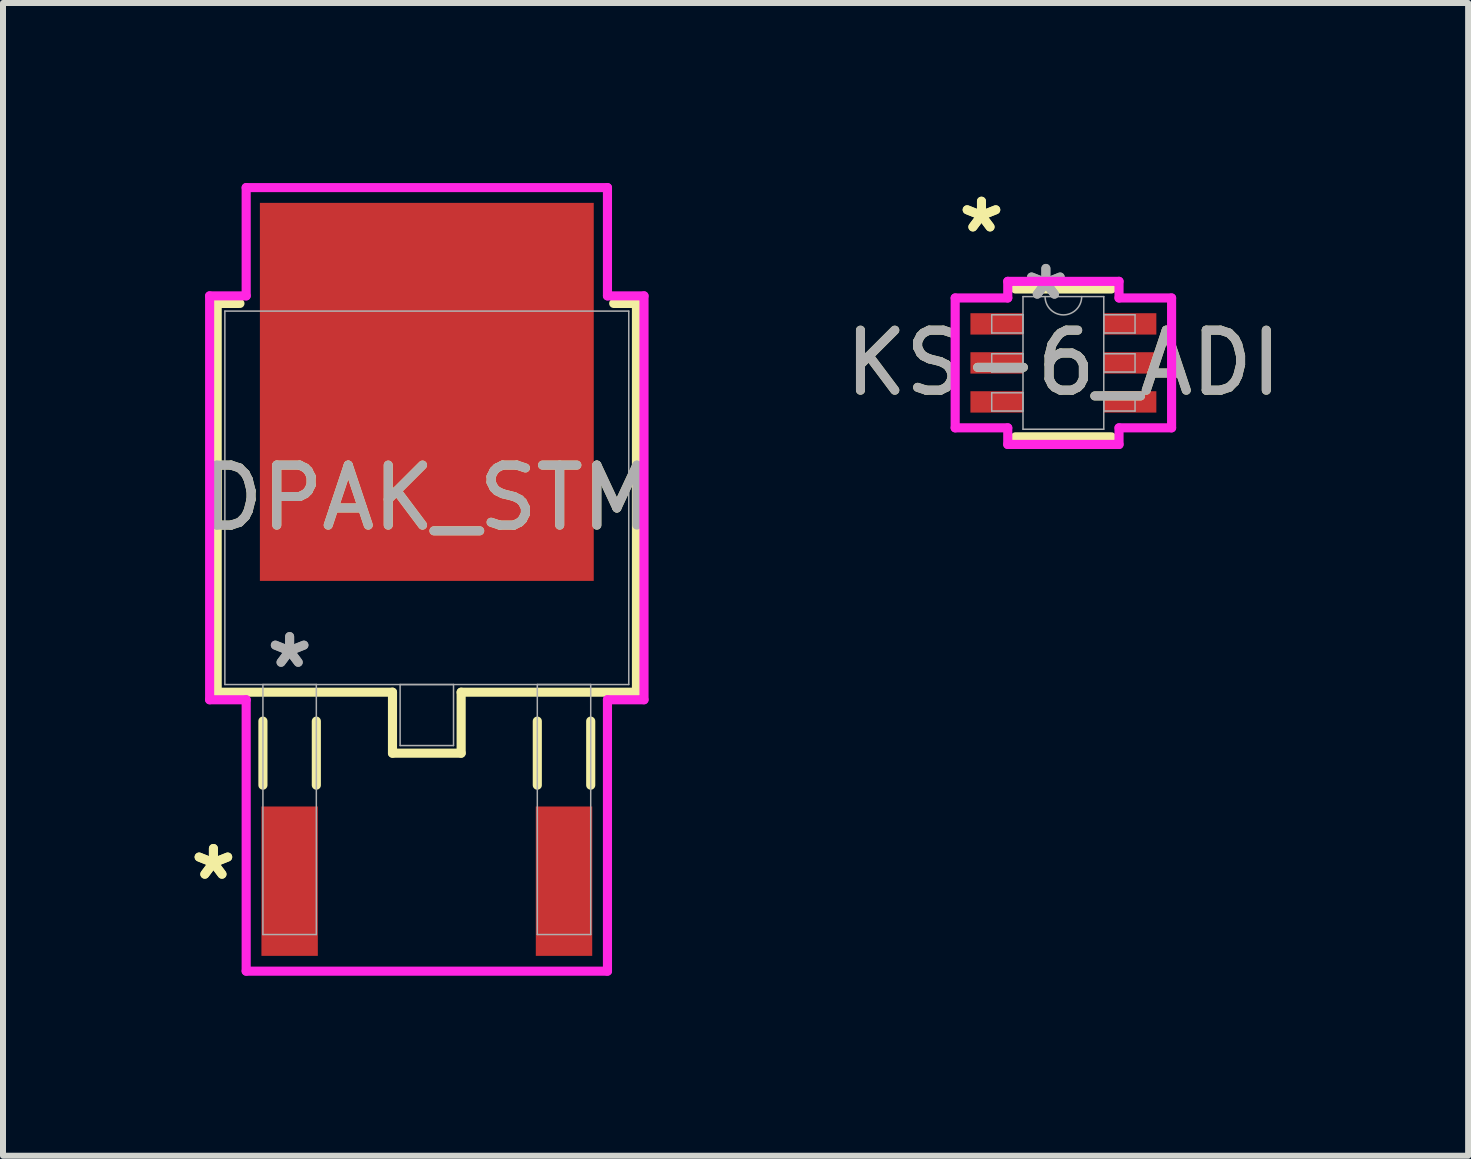
<source format=kicad_pcb>
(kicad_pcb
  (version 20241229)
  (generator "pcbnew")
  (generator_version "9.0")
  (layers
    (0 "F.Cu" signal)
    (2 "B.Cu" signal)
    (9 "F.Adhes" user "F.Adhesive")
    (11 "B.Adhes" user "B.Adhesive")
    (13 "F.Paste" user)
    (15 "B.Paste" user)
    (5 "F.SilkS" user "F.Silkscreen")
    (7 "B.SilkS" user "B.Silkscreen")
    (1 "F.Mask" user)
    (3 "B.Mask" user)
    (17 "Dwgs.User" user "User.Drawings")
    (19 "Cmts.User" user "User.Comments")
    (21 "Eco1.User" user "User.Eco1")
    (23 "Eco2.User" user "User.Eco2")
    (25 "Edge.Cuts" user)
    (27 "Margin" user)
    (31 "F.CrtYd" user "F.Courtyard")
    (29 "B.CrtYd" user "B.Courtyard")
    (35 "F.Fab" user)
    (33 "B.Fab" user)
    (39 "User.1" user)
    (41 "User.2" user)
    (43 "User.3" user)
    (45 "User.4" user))
  (footprint "DPAK_STM"
    (layer "F.Cu")
    (at 4.062 5.245)
    (property "Reference" "DPAK_STM" (at 0 0 0) (unlocked yes) (layer "F.SilkS") (effects (font (size 1 1) (thickness 0.15))))
    (attr smd)
    (fp_line (start -3.493 -3.239) (end -3.493 3.239) (stroke (width 0.152) (type solid)) (layer "F.SilkS"))
    (fp_line (start -3.493 3.239) (end -0.572 3.239) (stroke (width 0.152) (type solid)) (layer "F.SilkS"))
    (fp_line (start -3.114 -3.239) (end -3.493 -3.239) (stroke (width 0.152) (type solid)) (layer "F.SilkS"))
    (fp_line (start -2.731 3.721) (end -2.731 4.788) (stroke (width 0.152) (type solid)) (layer "F.SilkS"))
    (fp_line (start -1.841 3.721) (end -1.841 4.788) (stroke (width 0.152) (type solid)) (layer "F.SilkS"))
    (fp_line (start -0.572 3.239) (end -0.572 4.255) (stroke (width 0.152) (type solid)) (layer "F.SilkS"))
    (fp_line (start -0.572 4.255) (end 0.572 4.255) (stroke (width 0.152) (type solid)) (layer "F.SilkS"))
    (fp_line (start 0.572 3.239) (end 3.493 3.239) (stroke (width 0.152) (type solid)) (layer "F.SilkS"))
    (fp_line (start 0.572 4.255) (end 0.572 3.239) (stroke (width 0.152) (type solid)) (layer "F.SilkS"))
    (fp_line (start 1.841 3.721) (end 1.841 4.788) (stroke (width 0.152) (type solid)) (layer "F.SilkS"))
    (fp_line (start 2.731 3.721) (end 2.731 4.788) (stroke (width 0.152) (type solid)) (layer "F.SilkS"))
    (fp_line (start 3.493 -3.239) (end 3.114 -3.239) (stroke (width 0.152) (type solid)) (layer "F.SilkS"))
    (fp_line (start 3.493 3.239) (end 3.493 -3.239) (stroke (width 0.152) (type solid)) (layer "F.SilkS"))
    (fp_line (start -3.619 -3.365) (end -3.01 -3.365) (stroke (width 0.152) (type solid)) (layer "F.CrtYd"))
    (fp_line (start -3.619 3.365) (end -3.619 -3.365) (stroke (width 0.152) (type solid)) (layer "F.CrtYd"))
    (fp_line (start -3.01 -5.169) (end 3.01 -5.169) (stroke (width 0.152) (type solid)) (layer "F.CrtYd"))
    (fp_line (start -3.01 -3.365) (end -3.01 -5.169) (stroke (width 0.152) (type solid)) (layer "F.CrtYd"))
    (fp_line (start -3.01 3.365) (end -3.619 3.365) (stroke (width 0.152) (type solid)) (layer "F.CrtYd"))
    (fp_line (start -3.01 7.887) (end -3.01 3.365) (stroke (width 0.152) (type solid)) (layer "F.CrtYd"))
    (fp_line (start 3.01 -5.169) (end 3.01 -3.365) (stroke (width 0.152) (type solid)) (layer "F.CrtYd"))
    (fp_line (start 3.01 -3.365) (end 3.619 -3.365) (stroke (width 0.152) (type solid)) (layer "F.CrtYd"))
    (fp_line (start 3.01 3.365) (end 3.01 7.887) (stroke (width 0.152) (type solid)) (layer "F.CrtYd"))
    (fp_line (start 3.01 7.887) (end -3.01 7.887) (stroke (width 0.152) (type solid)) (layer "F.CrtYd"))
    (fp_line (start 3.619 -3.365) (end 3.619 3.365) (stroke (width 0.152) (type solid)) (layer "F.CrtYd"))
    (fp_line (start 3.619 3.365) (end 3.01 3.365) (stroke (width 0.152) (type solid)) (layer "F.CrtYd"))
    (fp_line (start -3.365 -3.111) (end -3.365 3.111) (stroke (width 0.025) (type solid)) (layer "F.Fab"))
    (fp_line (start -3.365 3.111) (end 3.365 3.111) (stroke (width 0.025) (type solid)) (layer "F.Fab"))
    (fp_line (start -2.731 3.111) (end -2.731 7.277) (stroke (width 0.025) (type solid)) (layer "F.Fab"))
    (fp_line (start -2.731 7.277) (end -1.841 7.277) (stroke (width 0.025) (type solid)) (layer "F.Fab"))
    (fp_line (start -1.841 3.111) (end -2.731 3.111) (stroke (width 0.025) (type solid)) (layer "F.Fab"))
    (fp_line (start -1.841 7.277) (end -1.841 3.111) (stroke (width 0.025) (type solid)) (layer "F.Fab"))
    (fp_line (start -0.445 3.111) (end -0.445 4.128) (stroke (width 0.025) (type solid)) (layer "F.Fab"))
    (fp_line (start -0.445 4.128) (end 0.445 4.128) (stroke (width 0.025) (type solid)) (layer "F.Fab"))
    (fp_line (start 0.445 3.111) (end -0.445 3.111) (stroke (width 0.025) (type solid)) (layer "F.Fab"))
    (fp_line (start 0.445 4.128) (end 0.445 3.111) (stroke (width 0.025) (type solid)) (layer "F.Fab"))
    (fp_line (start 1.841 3.111) (end 1.841 7.277) (stroke (width 0.025) (type solid)) (layer "F.Fab"))
    (fp_line (start 1.841 7.277) (end 2.731 7.277) (stroke (width 0.025) (type solid)) (layer "F.Fab"))
    (fp_line (start 2.731 3.111) (end 1.841 3.111) (stroke (width 0.025) (type solid)) (layer "F.Fab"))
    (fp_line (start 2.731 7.277) (end 2.731 3.111) (stroke (width 0.025) (type solid)) (layer "F.Fab"))
    (fp_line (start 3.365 -3.111) (end -3.365 -3.111) (stroke (width 0.025) (type solid)) (layer "F.Fab"))
    (fp_line (start 3.365 3.111) (end 3.365 -3.111) (stroke (width 0.025) (type solid)) (layer "F.Fab"))
    (fp_text user "*" (at -3.556 6.388 0) (unlocked yes) (layer "F.SilkS") (effects (font (size 1 1) (thickness 0.15))))
    (fp_text user "*" (at -3.556 6.388 0) (layer "F.SilkS") (effects (font (size 1 1) (thickness 0.15))))
    (fp_text user "${REFERENCE}" (at 0 0 0) (unlocked yes) (layer "F.Fab") (effects (font (size 1 1) (thickness 0.15))))
    (fp_text user "*" (at -2.286 2.857 0) (layer "F.Fab") (effects (font (size 1 1) (thickness 0.15))))
    (fp_text user "*" (at -2.286 2.857 0) (unlocked yes) (layer "F.Fab") (effects (font (size 1 1) (thickness 0.15))))
    (pad "1" smd rect (at -2.286 6.388) (size 0.94 2.489) (layers "F.Cu" "F.Mask" "F.Paste"))
    (pad "2" smd rect (at 2.286 6.388) (size 0.94 2.489) (layers "F.Cu" "F.Mask" "F.Paste"))
    (pad "3" smd rect (at 0 -1.765) (size 5.563 6.299) (layers "F.Cu" "F.Mask" "F.Paste")))
  (footprint "KS-6_ADI"
    (layer "F.Cu")
    (at 14.669 2.997)
    (property "Reference" "KS-6_ADI" (at 0 0 0) (unlocked yes) (layer "F.SilkS") (effects (font (size 1 1) (thickness 0.15))))
    (attr smd)
    (fp_line (start -0.8 1.232) (end 0.8 1.232) (stroke (width 0.152) (type solid)) (layer "F.SilkS"))
    (fp_line (start 0.8 -1.232) (end -0.8 -1.232) (stroke (width 0.152) (type solid)) (layer "F.SilkS"))
    (fp_line (start -1.803 -1.082) (end -0.927 -1.082) (stroke (width 0.152) (type solid)) (layer "F.CrtYd"))
    (fp_line (start -1.803 1.082) (end -1.803 -1.082) (stroke (width 0.152) (type solid)) (layer "F.CrtYd"))
    (fp_line (start -1.803 1.082) (end -0.927 1.082) (stroke (width 0.152) (type solid)) (layer "F.CrtYd"))
    (fp_line (start -0.927 -1.359) (end 0.927 -1.359) (stroke (width 0.152) (type solid)) (layer "F.CrtYd"))
    (fp_line (start -0.927 -1.082) (end -0.927 -1.359) (stroke (width 0.152) (type solid)) (layer "F.CrtYd"))
    (fp_line (start -0.927 1.359) (end -0.927 1.082) (stroke (width 0.152) (type solid)) (layer "F.CrtYd"))
    (fp_line (start 0.927 -1.359) (end 0.927 -1.082) (stroke (width 0.152) (type solid)) (layer "F.CrtYd"))
    (fp_line (start 0.927 1.082) (end 0.927 1.359) (stroke (width 0.152) (type solid)) (layer "F.CrtYd"))
    (fp_line (start 0.927 1.359) (end -0.927 1.359) (stroke (width 0.152) (type solid)) (layer "F.CrtYd"))
    (fp_line (start 1.803 -1.082) (end 0.927 -1.082) (stroke (width 0.152) (type solid)) (layer "F.CrtYd"))
    (fp_line (start 1.803 -1.082) (end 1.803 1.082) (stroke (width 0.152) (type solid)) (layer "F.CrtYd"))
    (fp_line (start 1.803 1.082) (end 0.927 1.082) (stroke (width 0.152) (type solid)) (layer "F.CrtYd"))
    (fp_line (start -1.194 -0.802) (end -1.194 -0.498) (stroke (width 0.025) (type solid)) (layer "F.Fab"))
    (fp_line (start -1.194 -0.498) (end -0.673 -0.498) (stroke (width 0.025) (type solid)) (layer "F.Fab"))
    (fp_line (start -1.194 -0.152) (end -1.194 0.152) (stroke (width 0.025) (type solid)) (layer "F.Fab"))
    (fp_line (start -1.194 0.152) (end -0.673 0.152) (stroke (width 0.025) (type solid)) (layer "F.Fab"))
    (fp_line (start -1.194 0.498) (end -1.194 0.802) (stroke (width 0.025) (type solid)) (layer "F.Fab"))
    (fp_line (start -1.194 0.802) (end -0.673 0.802) (stroke (width 0.025) (type solid)) (layer "F.Fab"))
    (fp_line (start -0.673 -1.105) (end -0.673 1.105) (stroke (width 0.025) (type solid)) (layer "F.Fab"))
    (fp_line (start -0.673 -0.802) (end -1.194 -0.802) (stroke (width 0.025) (type solid)) (layer "F.Fab"))
    (fp_line (start -0.673 -0.498) (end -0.673 -0.802) (stroke (width 0.025) (type solid)) (layer "F.Fab"))
    (fp_line (start -0.673 -0.152) (end -1.194 -0.152) (stroke (width 0.025) (type solid)) (layer "F.Fab"))
    (fp_line (start -0.673 0.152) (end -0.673 -0.152) (stroke (width 0.025) (type solid)) (layer "F.Fab"))
    (fp_line (start -0.673 0.498) (end -1.194 0.498) (stroke (width 0.025) (type solid)) (layer "F.Fab"))
    (fp_line (start -0.673 0.802) (end -0.673 0.498) (stroke (width 0.025) (type solid)) (layer "F.Fab"))
    (fp_line (start -0.673 1.105) (end 0.673 1.105) (stroke (width 0.025) (type solid)) (layer "F.Fab"))
    (fp_line (start 0.673 -1.105) (end -0.673 -1.105) (stroke (width 0.025) (type solid)) (layer "F.Fab"))
    (fp_line (start 0.673 -0.802) (end 0.673 -0.498) (stroke (width 0.025) (type solid)) (layer "F.Fab"))
    (fp_line (start 0.673 -0.498) (end 1.194 -0.498) (stroke (width 0.025) (type solid)) (layer "F.Fab"))
    (fp_line (start 0.673 -0.152) (end 0.673 0.152) (stroke (width 0.025) (type solid)) (layer "F.Fab"))
    (fp_line (start 0.673 0.152) (end 1.194 0.152) (stroke (width 0.025) (type solid)) (layer "F.Fab"))
    (fp_line (start 0.673 0.498) (end 0.673 0.802) (stroke (width 0.025) (type solid)) (layer "F.Fab"))
    (fp_line (start 0.673 0.802) (end 1.194 0.802) (stroke (width 0.025) (type solid)) (layer "F.Fab"))
    (fp_line (start 0.673 1.105) (end 0.673 -1.105) (stroke (width 0.025) (type solid)) (layer "F.Fab"))
    (fp_line (start 1.194 -0.802) (end 0.673 -0.802) (stroke (width 0.025) (type solid)) (layer "F.Fab"))
    (fp_line (start 1.194 -0.498) (end 1.194 -0.802) (stroke (width 0.025) (type solid)) (layer "F.Fab"))
    (fp_line (start 1.194 -0.152) (end 0.673 -0.152) (stroke (width 0.025) (type solid)) (layer "F.Fab"))
    (fp_line (start 1.194 0.152) (end 1.194 -0.152) (stroke (width 0.025) (type solid)) (layer "F.Fab"))
    (fp_line (start 1.194 0.498) (end 0.673 0.498) (stroke (width 0.025) (type solid)) (layer "F.Fab"))
    (fp_line (start 1.194 0.802) (end 1.194 0.498) (stroke (width 0.025) (type solid)) (layer "F.Fab"))
    (fp_arc (start 0.3048 -1.1049) (mid 0 -0.8001) (end -0.3048 -1.1049) (stroke (width 0.0254) (type solid)) (layer "F.Fab"))
    (fp_text user "*" (at -1.365 -2.149 0) (unlocked yes) (layer "F.SilkS") (effects (font (size 1 1) (thickness 0.15))))
    (fp_text user "*" (at -1.365 -2.149 0) (layer "F.SilkS") (effects (font (size 1 1) (thickness 0.15))))
    (fp_text user "*" (at -0.292 -1.029 0) (layer "F.Fab") (effects (font (size 1 1) (thickness 0.15))))
    (fp_text user "*" (at -0.292 -1.029 0) (unlocked yes) (layer "F.Fab") (effects (font (size 1 1) (thickness 0.15))))
    (fp_text user "${REFERENCE}" (at 0 0 0) (unlocked yes) (layer "F.Fab") (effects (font (size 1 1) (thickness 0.15))))
    (pad "1" smd rect (at -1.111 -0.65) (size 0.876 0.356) (layers "F.Cu" "F.Mask" "F.Paste"))
    (pad "2" smd rect (at -1.111 0) (size 0.876 0.356) (layers "F.Cu" "F.Mask" "F.Paste"))
    (pad "3" smd rect (at -1.111 0.65) (size 0.876 0.356) (layers "F.Cu" "F.Mask" "F.Paste"))
    (pad "4" smd rect (at 1.111 0.65) (size 0.876 0.356) (layers "F.Cu" "F.Mask" "F.Paste"))
    (pad "5" smd rect (at 1.111 0) (size 0.876 0.356) (layers "F.Cu" "F.Mask" "F.Paste"))
    (pad "6" smd rect (at 1.111 -0.65) (size 0.876 0.356) (layers "F.Cu" "F.Mask" "F.Paste")))
  (gr_rect
    (start -3 -3)
    (end 21.413 16.208)
    (stroke (width 0.1) (type default))
    (fill no)
    (layer "Edge.Cuts")))
</source>
